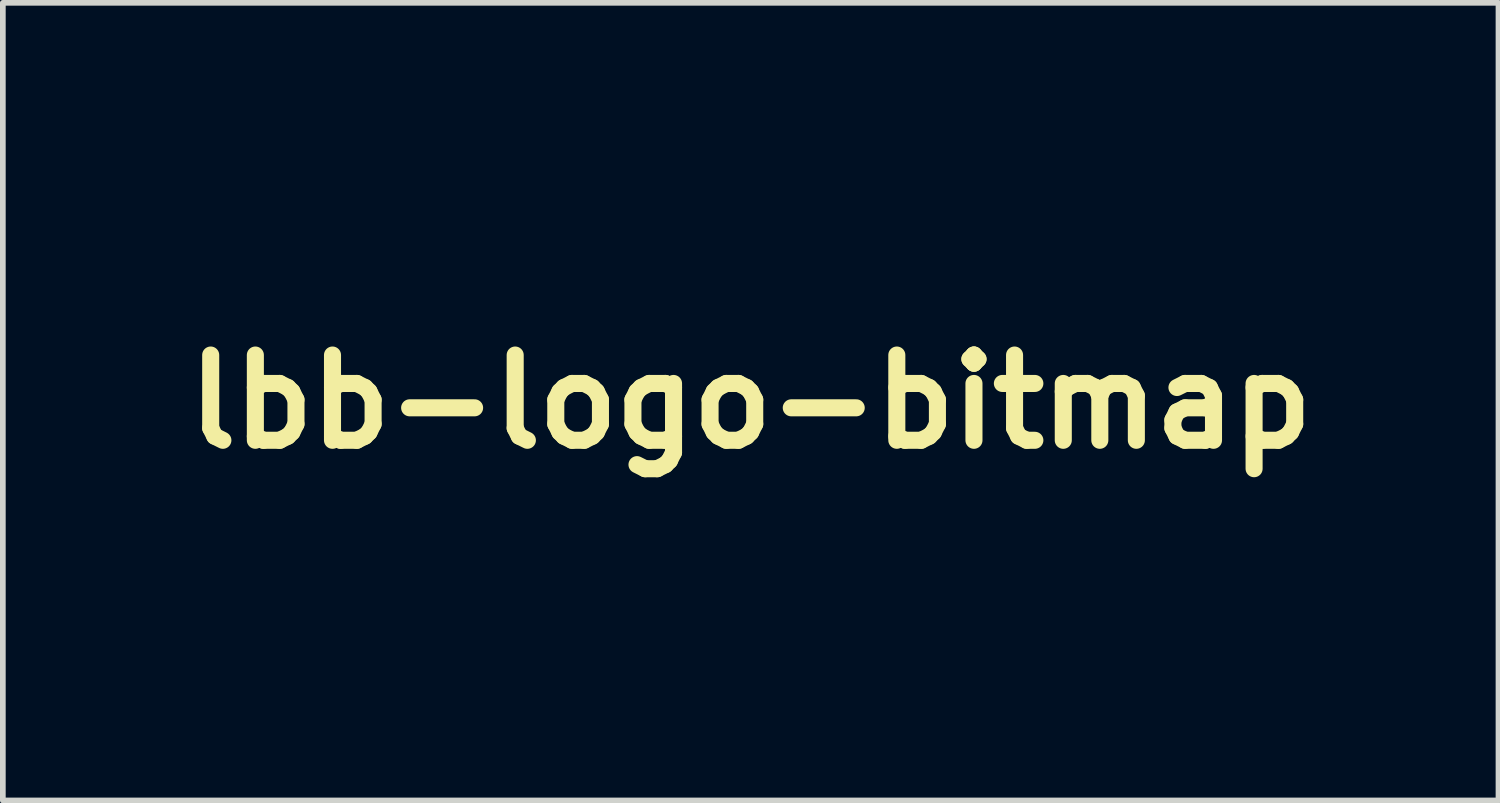
<source format=kicad_pcb>
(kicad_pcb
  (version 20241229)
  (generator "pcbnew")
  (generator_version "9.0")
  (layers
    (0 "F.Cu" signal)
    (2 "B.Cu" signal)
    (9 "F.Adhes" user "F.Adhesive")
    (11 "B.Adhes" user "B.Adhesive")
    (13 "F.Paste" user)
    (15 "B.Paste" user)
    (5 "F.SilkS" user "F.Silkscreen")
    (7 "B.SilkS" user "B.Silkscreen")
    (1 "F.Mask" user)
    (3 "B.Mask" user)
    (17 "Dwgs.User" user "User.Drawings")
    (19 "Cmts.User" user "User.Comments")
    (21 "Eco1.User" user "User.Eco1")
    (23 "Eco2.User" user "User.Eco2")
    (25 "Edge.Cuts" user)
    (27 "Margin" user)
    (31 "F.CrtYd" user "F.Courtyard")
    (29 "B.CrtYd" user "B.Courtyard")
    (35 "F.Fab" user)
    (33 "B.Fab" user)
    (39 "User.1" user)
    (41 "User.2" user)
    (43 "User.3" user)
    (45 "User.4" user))
  (footprint "lbb-logo-bitmap"
    (layer "F.Cu")
    (at 10.157 4.018)
    (property "Reference" "lbb-logo-bitmap" (at 0 0 0) (layer "F.SilkS") (effects (font (size 1.5 1.5) (thickness 0.3))))
    (attr board_only exclude_from_pos_files exclude_from_bom)
    (fp_poly (pts (xy -6.507 0.257) (xy -6.289 0.352) (xy -6.105 0.5) (xy -6 0.642) (xy -5.928 0.842) (xy -5.908 1.069) (xy -5.941 1.293) (xy -6 1.438) (xy -6.146 1.619) (xy -6.34 1.753) (xy -6.563 1.834) (xy -6.795 1.853) (xy -6.964 1.822) (xy -7.176 1.717) (xy -7.337 1.565) (xy -7.445 1.378) (xy -7.502 1.169) (xy -7.507 0.953) (xy -7.46 0.742) (xy -7.361 0.55) (xy -7.21 0.389) (xy -7.007 0.273) (xy -6.966 0.259) (xy -6.739 0.223)) (stroke (width 0) (type solid)) (fill yes) (layer "F.Mask"))
    (fp_poly (pts (xy -4.542 2.339) (xy -4.334 2.443) (xy -4.157 2.599) (xy -4.026 2.793) (xy -3.955 3.012) (xy -3.947 3.12) (xy -3.984 3.337) (xy -4.086 3.546) (xy -4.239 3.726) (xy -4.43 3.857) (xy -4.447 3.865) (xy -4.679 3.931) (xy -4.914 3.919) (xy -5.136 3.839) (xy -5.338 3.697) (xy -5.482 3.512) (xy -5.565 3.296) (xy -5.583 3.064) (xy -5.534 2.83) (xy -5.414 2.61) (xy -5.298 2.5) (xy -5.133 2.402) (xy -4.95 2.331) (xy -4.782 2.301) (xy -4.77 2.301)) (stroke (width 0) (type solid)) (fill yes) (layer "F.Mask"))
    (fp_poly (pts (xy -6.552 2.325) (xy -6.441 2.345) (xy -6.344 2.389) (xy -6.264 2.442) (xy -6.076 2.612) (xy -5.96 2.813) (xy -5.913 3.053) (xy -5.911 3.12) (xy -5.943 3.373) (xy -6.042 3.584) (xy -6.211 3.76) (xy -6.254 3.792) (xy -6.44 3.883) (xy -6.657 3.928) (xy -6.873 3.923) (xy -7.031 3.879) (xy -7.247 3.742) (xy -7.401 3.556) (xy -7.489 3.326) (xy -7.511 3.112) (xy -7.477 2.862) (xy -7.375 2.651) (xy -7.201 2.474) (xy -7.157 2.442) (xy -7.051 2.374) (xy -6.953 2.337) (xy -6.832 2.322) (xy -6.711 2.32)) (stroke (width 0) (type solid)) (fill yes) (layer "F.Mask"))
    (fp_poly (pts (xy -6.506 -1.831) (xy -6.287 -1.734) (xy -6.26 -1.716) (xy -6.075 -1.547) (xy -5.96 -1.348) (xy -5.912 -1.107) (xy -5.91 -1.035) (xy -5.916 -0.88) (xy -5.944 -0.765) (xy -6.005 -0.649) (xy -6.04 -0.597) (xy -6.149 -0.465) (xy -6.273 -0.358) (xy -6.325 -0.326) (xy -6.505 -0.263) (xy -6.709 -0.234) (xy -6.9 -0.243) (xy -6.964 -0.259) (xy -7.146 -0.351) (xy -7.313 -0.496) (xy -7.436 -0.669) (xy -7.436 -0.669) (xy -7.485 -0.786) (xy -7.506 -0.909) (xy -7.506 -1.072) (xy -7.505 -1.104) (xy -7.49 -1.266) (xy -7.461 -1.379) (xy -7.407 -1.476) (xy -7.368 -1.528) (xy -7.184 -1.702) (xy -6.969 -1.812) (xy -6.739 -1.856)) (stroke (width 0) (type solid)) (fill yes) (layer "F.Mask"))
    (fp_poly (pts (xy -6.518 -3.911) (xy -6.304 -3.826) (xy -6.117 -3.678) (xy -5.998 -3.518) (xy -5.946 -3.411) (xy -5.921 -3.302) (xy -5.916 -3.158) (xy -5.919 -3.092) (xy -5.934 -2.924) (xy -5.966 -2.802) (xy -6.026 -2.691) (xy -6.051 -2.655) (xy -6.155 -2.537) (xy -6.278 -2.435) (xy -6.325 -2.407) (xy -6.505 -2.343) (xy -6.709 -2.314) (xy -6.9 -2.323) (xy -6.964 -2.339) (xy -7.146 -2.431) (xy -7.313 -2.576) (xy -7.436 -2.749) (xy -7.436 -2.749) (xy -7.485 -2.866) (xy -7.506 -2.989) (xy -7.506 -3.152) (xy -7.505 -3.184) (xy -7.49 -3.346) (xy -7.461 -3.459) (xy -7.407 -3.556) (xy -7.368 -3.608) (xy -7.184 -3.782) (xy -6.972 -3.89) (xy -6.745 -3.933)) (stroke (width 0) (type solid)) (fill yes) (layer "F.Mask"))
    (fp_poly (pts (xy -1.882 -3.96) (xy -1.698 -3.842) (xy -1.551 -3.665) (xy -1.549 -3.66) (xy -1.513 -3.598) (xy -1.486 -3.538) (xy -1.467 -3.47) (xy -1.453 -3.38) (xy -1.444 -3.257) (xy -1.437 -3.087) (xy -1.432 -2.859) (xy -1.429 -2.65) (xy -1.415 -1.82) (xy -1.002 -1.82) (xy -0.594 -1.803) (xy -0.238 -1.75) (xy 0.091 -1.656) (xy 0.401 -1.523) (xy 0.799 -1.295) (xy 1.131 -1.039) (xy 1.409 -0.74) (xy 1.644 -0.389) (xy 1.744 -0.2) (xy 1.881 0.107) (xy 1.972 0.391) (xy 2.022 0.683) (xy 2.04 1.015) (xy 2.041 1.08) (xy 2.03 1.39) (xy 1.995 1.66) (xy 1.928 1.917) (xy 1.823 2.19) (xy 1.716 2.419) (xy 1.612 2.618) (xy 1.509 2.779) (xy 1.388 2.929) (xy 1.226 3.098) (xy 1.205 3.119) (xy 0.937 3.363) (xy 0.676 3.553) (xy 0.394 3.707) (xy 0.087 3.835) (xy -0.24 3.956) (xy -1.302 3.968) (xy -1.623 3.971) (xy -1.874 3.973) (xy -2.066 3.972) (xy -2.209 3.968) (xy -2.313 3.96) (xy -2.388 3.948) (xy -2.446 3.931) (xy -2.495 3.909) (xy -2.514 3.899) (xy -2.69 3.763) (xy -2.811 3.584) (xy -2.875 3.379) (xy -2.883 3.164) (xy -2.834 2.955) (xy -2.726 2.768) (xy -2.571 2.626) (xy -2.519 2.593) (xy -2.469 2.567) (xy -2.41 2.548) (xy -2.332 2.534) (xy -2.222 2.523) (xy -2.071 2.516) (xy -1.867 2.509) (xy -1.599 2.503) (xy -1.445 2.5) (xy -1.142 2.493) (xy -0.906 2.487) (xy -0.728 2.48) (xy -0.594 2.47) (xy -0.494 2.457) (xy -0.416 2.439) (xy -0.347 2.415) (xy -0.277 2.383) (xy -0.26 2.376) (xy 0.012 2.206) (xy 0.24 1.982) (xy 0.413 1.719) (xy 0.527 1.427) (xy 0.572 1.121) (xy 0.564 0.944) (xy 0.49 0.633) (xy 0.351 0.346) (xy 0.157 0.096) (xy -0.083 -0.104) (xy -0.358 -0.243) (xy -0.409 -0.26) (xy -0.507 -0.287) (xy -0.606 -0.308) (xy -0.719 -0.323) (xy -0.859 -0.332) (xy -1.041 -0.337) (xy -1.277 -0.339) (xy -1.532 -0.338) (xy -1.815 -0.337) (xy -2.03 -0.338) (xy -2.189 -0.342) (xy -2.304 -0.349) (xy -2.387 -0.361) (xy -2.451 -0.38) (xy -2.507 -0.405) (xy -2.562 -0.437) (xy -2.725 -0.568) (xy -2.831 -0.729) (xy -2.857 -0.784) (xy -2.877 -0.837) (xy -2.893 -0.898) (xy -2.905 -0.977) (xy -2.914 -1.083) (xy -2.919 -1.225) (xy -2.922 -1.412) (xy -2.924 -1.655) (xy -2.925 -1.962) (xy -2.925 -2.2) (xy -2.925 -3.48) (xy -2.824 -3.659) (xy -2.683 -3.838) (xy -2.503 -3.957) (xy -2.299 -4.017) (xy -2.087 -4.018)) (stroke (width 0) (type solid)) (fill yes) (layer "F.Mask"))
    (fp_poly (pts (xy 3.428 -3.967) (xy 3.638 -3.893) (xy 3.825 -3.757) (xy 3.966 -3.576) (xy 3.993 -3.523) (xy 4.014 -3.462) (xy 4.029 -3.38) (xy 4.04 -3.266) (xy 4.048 -3.107) (xy 4.054 -2.893) (xy 4.059 -2.611) (xy 4.06 -2.585) (xy 4.073 -1.729) (xy 4.414 -1.75) (xy 4.911 -1.745) (xy 5.377 -1.666) (xy 5.814 -1.513) (xy 6.222 -1.285) (xy 6.601 -0.982) (xy 6.762 -0.822) (xy 6.981 -0.566) (xy 7.149 -0.314) (xy 7.224 -0.172) (xy 7.344 0.094) (xy 7.427 0.336) (xy 7.479 0.58) (xy 7.505 0.853) (xy 7.512 1.14) (xy 7.504 1.46) (xy 7.475 1.729) (xy 7.42 1.971) (xy 7.332 2.215) (xy 7.224 2.452) (xy 7 2.82) (xy 6.711 3.159) (xy 6.366 3.457) (xy 5.978 3.707) (xy 5.589 3.885) (xy 5.498 3.918) (xy 5.418 3.944) (xy 5.337 3.964) (xy 5.243 3.979) (xy 5.126 3.989) (xy 4.974 3.997) (xy 4.776 4.002) (xy 4.52 4.006) (xy 4.196 4.01) (xy 4.187 4.01) (xy 3.858 4.014) (xy 3.601 4.015) (xy 3.403 4.014) (xy 3.257 4.011) (xy 3.151 4.003) (xy 3.076 3.992) (xy 3.022 3.977) (xy 2.98 3.956) (xy 2.965 3.947) (xy 2.784 3.793) (xy 2.655 3.598) (xy 2.59 3.383) (xy 2.584 3.3) (xy 2.612 3.131) (xy 2.685 2.95) (xy 2.787 2.797) (xy 2.796 2.787) (xy 2.862 2.721) (xy 2.928 2.671) (xy 3.005 2.633) (xy 3.105 2.606) (xy 3.239 2.587) (xy 3.417 2.576) (xy 3.651 2.57) (xy 3.952 2.566) (xy 4.022 2.565) (xy 4.319 2.562) (xy 4.549 2.558) (xy 4.723 2.552) (xy 4.854 2.542) (xy 4.955 2.528) (xy 5.037 2.509) (xy 5.113 2.483) (xy 5.148 2.47) (xy 5.438 2.314) (xy 5.675 2.109) (xy 5.857 1.864) (xy 5.98 1.59) (xy 6.044 1.298) (xy 6.045 0.999) (xy 5.983 0.703) (xy 5.853 0.421) (xy 5.655 0.164) (xy 5.626 0.134) (xy 5.377 -0.07) (xy 5.161 -0.186) (xy 5.082 -0.216) (xy 5.005 -0.239) (xy 4.919 -0.256) (xy 4.812 -0.267) (xy 4.671 -0.275) (xy 4.483 -0.279) (xy 4.237 -0.282) (xy 4.006 -0.283) (xy 3.672 -0.285) (xy 3.407 -0.292) (xy 3.201 -0.306) (xy 3.044 -0.33) (xy 2.926 -0.367) (xy 2.836 -0.422) (xy 2.764 -0.496) (xy 2.698 -0.593) (xy 2.639 -0.7) (xy 2.618 -0.745) (xy 2.601 -0.798) (xy 2.588 -0.868) (xy 2.579 -0.966) (xy 2.572 -1.099) (xy 2.568 -1.277) (xy 2.565 -1.509) (xy 2.564 -1.804) (xy 2.564 -2.1) (xy 2.565 -2.414) (xy 2.568 -2.707) (xy 2.572 -2.967) (xy 2.577 -3.184) (xy 2.583 -3.347) (xy 2.591 -3.446) (xy 2.594 -3.467) (xy 2.671 -3.621) (xy 2.803 -3.77) (xy 2.968 -3.891) (xy 2.997 -3.906) (xy 3.21 -3.973)) (stroke (width 0) (type solid)) (fill yes) (layer "F.Mask")))
  (gr_rect
    (start -3 -3)
    (end 23.314 11.033)
    (stroke (width 0.1) (type default))
    (fill no)
    (layer "Edge.Cuts")))
</source>
